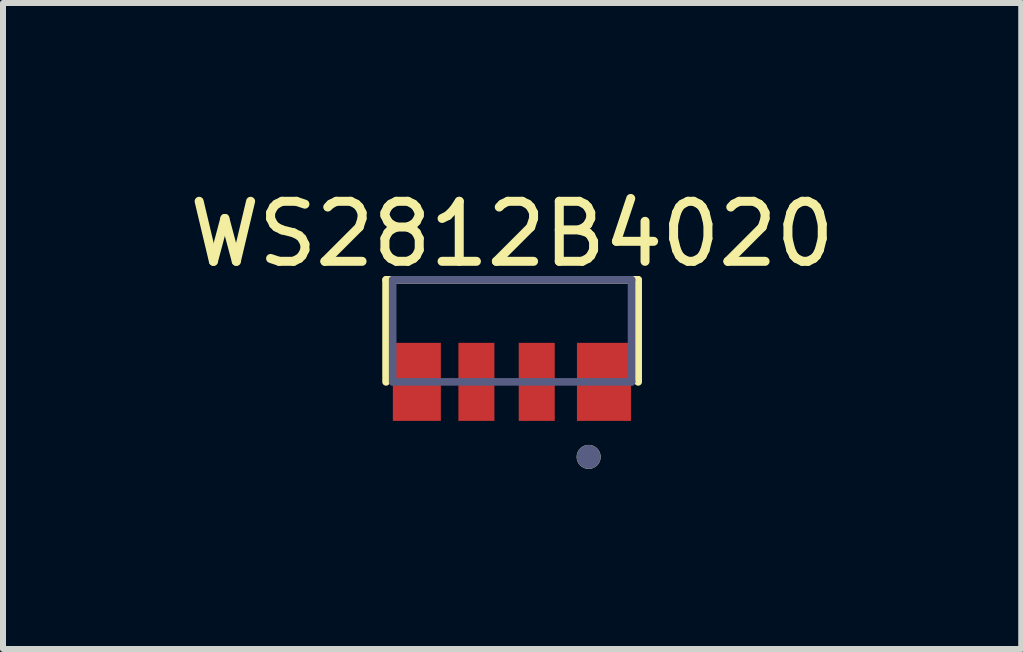
<source format=kicad_pcb>
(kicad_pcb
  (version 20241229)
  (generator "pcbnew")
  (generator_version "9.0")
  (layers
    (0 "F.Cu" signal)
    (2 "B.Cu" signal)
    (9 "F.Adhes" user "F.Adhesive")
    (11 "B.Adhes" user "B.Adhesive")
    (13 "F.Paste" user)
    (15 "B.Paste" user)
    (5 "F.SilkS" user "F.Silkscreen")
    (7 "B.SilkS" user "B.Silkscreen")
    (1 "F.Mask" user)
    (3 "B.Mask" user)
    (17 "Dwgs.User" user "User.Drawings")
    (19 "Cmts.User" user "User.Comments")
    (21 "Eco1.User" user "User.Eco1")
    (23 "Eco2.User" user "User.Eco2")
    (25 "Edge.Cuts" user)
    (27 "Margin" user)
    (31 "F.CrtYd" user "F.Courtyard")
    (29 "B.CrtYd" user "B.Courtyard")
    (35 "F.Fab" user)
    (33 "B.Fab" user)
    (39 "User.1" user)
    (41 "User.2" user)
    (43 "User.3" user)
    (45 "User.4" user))
  (footprint "WS2812B4020"
    (layer "F.Cu")
    (at 5.482 2.462)
    (property "Reference" "WS2812B4020" (at 0 -1.613 0) (layer "F.SilkS") (effects (font (size 1 1) (thickness 0.15))))
    (fp_line (start -2.1 -0.85) (end 2.1 -0.85) (stroke (width 0.127) (type solid)) (layer "F.SilkS"))
    (fp_line (start -2.1 0.85) (end -2.1 -0.85) (stroke (width 0.127) (type solid)) (layer "F.SilkS"))
    (fp_line (start 2.1 0.85) (end 2.1 -0.85) (stroke (width 0.127) (type solid)) (layer "F.SilkS"))
    (fp_circle (center 1.275 2.1) (end 1.275 2) (stroke (width 0.2) (type solid)) (fill no) (layer "F.SilkS"))
    (fp_line (start -2.24 -1.1) (end 2.24 -1.1) (stroke (width 0.05) (type solid)) (layer "Eco2.User"))
    (fp_line (start -2.24 1.75) (end -2.24 -1.1) (stroke (width 0.05) (type solid)) (layer "Eco2.User"))
    (fp_line (start -2.24 1.75) (end 2.24 1.75) (stroke (width 0.05) (type solid)) (layer "Eco2.User"))
    (fp_line (start 2.24 1.75) (end 2.24 -1.1) (stroke (width 0.05) (type solid)) (layer "Eco2.User"))
    (fp_line (start -1.99 -0.85) (end 1.99 -0.85) (stroke (width 0.127) (type solid)) (layer "B.Fab"))
    (fp_line (start -1.99 0.85) (end -1.99 -0.85) (stroke (width 0.127) (type solid)) (layer "B.Fab"))
    (fp_line (start -1.99 0.85) (end 1.99 0.85) (stroke (width 0.127) (type solid)) (layer "B.Fab"))
    (fp_line (start 1.99 0.85) (end 1.99 -0.85) (stroke (width 0.127) (type solid)) (layer "B.Fab"))
    (fp_circle (center 1.275 2.1) (end 1.275 2) (stroke (width 0.2) (type solid)) (fill no) (layer "B.Fab"))
    (pad "1" smd rect (at 1.53 0.85 180) (size 0.9 1.3) (layers "F.Cu" "F.Mask" "F.Paste"))
    (pad "2" smd rect (at 0.41 0.85 180) (size 0.6 1.3) (layers "F.Cu" "F.Mask" "F.Paste"))
    (pad "3" smd rect (at -0.595 0.85 180) (size 0.6 1.3) (layers "F.Cu" "F.Mask" "F.Paste"))
    (pad "4" smd rect (at -1.587 0.85 180) (size 0.8 1.3) (layers "F.Cu" "F.Mask" "F.Paste")))
  (gr_rect
    (start -3 -3)
    (end 13.964 7.762)
    (stroke (width 0.1) (type default))
    (fill no)
    (layer "Edge.Cuts")))
</source>
